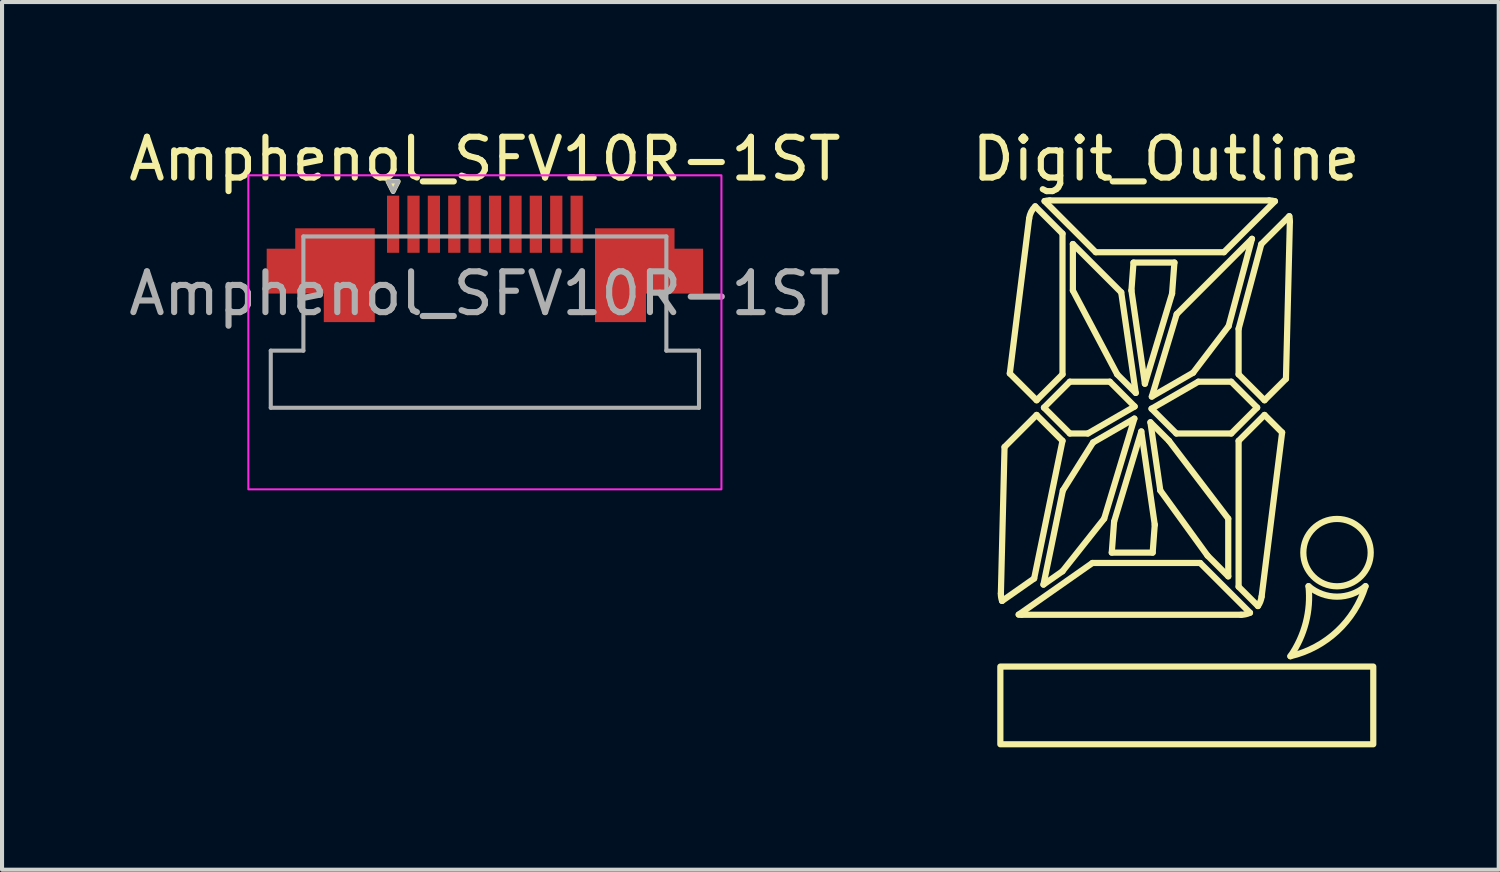
<source format=kicad_pcb>
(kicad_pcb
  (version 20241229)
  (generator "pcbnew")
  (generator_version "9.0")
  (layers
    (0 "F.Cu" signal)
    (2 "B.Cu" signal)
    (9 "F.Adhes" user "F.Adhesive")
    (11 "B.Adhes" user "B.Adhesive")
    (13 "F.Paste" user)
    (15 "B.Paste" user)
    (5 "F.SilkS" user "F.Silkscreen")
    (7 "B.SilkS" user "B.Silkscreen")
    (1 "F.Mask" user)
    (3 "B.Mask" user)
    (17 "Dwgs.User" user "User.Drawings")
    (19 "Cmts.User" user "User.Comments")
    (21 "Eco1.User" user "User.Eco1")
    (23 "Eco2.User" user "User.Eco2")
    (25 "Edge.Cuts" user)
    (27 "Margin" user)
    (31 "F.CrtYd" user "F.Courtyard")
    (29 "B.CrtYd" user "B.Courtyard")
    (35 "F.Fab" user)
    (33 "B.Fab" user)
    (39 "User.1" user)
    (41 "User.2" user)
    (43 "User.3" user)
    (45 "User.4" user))
  (footprint "Amphenol_SFV10R-1ST"
    (layer "F.Cu")
    (at 8.839 4.148)
    (property "Reference" "Amphenol_SFV10R-1ST" (at 0 -3.3 0) (unlocked yes) (layer "F.SilkS") (effects (font (size 1 1) (thickness 0.15))))
    (attr smd)
    (fp_poly (pts (xy -2.25 -2.5) (xy -2.375 -2.75) (xy -2.125 -2.75)) (stroke (width 0.12) (type solid)) (fill yes) (layer "F.SilkS"))
    (fp_rect (start -5.8 -2.9) (end 5.8 4.8) (stroke (width 0.05) (type solid)) (fill no) (layer "F.CrtYd"))
    (fp_line (start -5.25 1.4) (end -4.45 1.4) (stroke (width 0.1) (type solid)) (layer "F.Fab"))
    (fp_line (start -5.25 2.8) (end -5.25 1.4) (stroke (width 0.1) (type solid)) (layer "F.Fab"))
    (fp_line (start -4.45 -1.4) (end 4.45 -1.4) (stroke (width 0.1) (type solid)) (layer "F.Fab"))
    (fp_line (start -4.45 1.4) (end -4.45 -1.4) (stroke (width 0.1) (type solid)) (layer "F.Fab"))
    (fp_line (start 4.45 -1.4) (end 4.45 1.4) (stroke (width 0.1) (type solid)) (layer "F.Fab"))
    (fp_line (start 4.45 1.4) (end 5.25 1.4) (stroke (width 0.1) (type solid)) (layer "F.Fab"))
    (fp_line (start 5.25 1.4) (end 5.25 2.8) (stroke (width 0.1) (type solid)) (layer "F.Fab"))
    (fp_line (start 5.25 2.8) (end -5.25 2.8) (stroke (width 0.1) (type solid)) (layer "F.Fab"))
    (fp_poly (pts (xy -2.25 -2.5) (xy -2.375 -2.75) (xy -2.125 -2.75)) (stroke (width 0.1) (type solid)) (fill no) (layer "F.Fab"))
    (fp_text user "${REFERENCE}" (at 0 0 0) (unlocked yes) (layer "F.Fab") (effects (font (size 1 1) (thickness 0.15))))
    (pad "1" smd rect (at -2.25 -1.7) (size 0.3 1.4) (layers "F.Cu" "F.Mask" "F.Paste"))
    (pad "2" smd rect (at -1.75 -1.7) (size 0.3 1.4) (layers "F.Cu" "F.Mask" "F.Paste"))
    (pad "3" smd rect (at -1.25 -1.7) (size 0.3 1.4) (layers "F.Cu" "F.Mask" "F.Paste"))
    (pad "4" smd rect (at -0.75 -1.7) (size 0.3 1.4) (layers "F.Cu" "F.Mask" "F.Paste"))
    (pad "5" smd rect (at -0.25 -1.7) (size 0.3 1.4) (layers "F.Cu" "F.Mask" "F.Paste"))
    (pad "6" smd rect (at 0.25 -1.7) (size 0.3 1.4) (layers "F.Cu" "F.Mask" "F.Paste"))
    (pad "7" smd rect (at 0.75 -1.7) (size 0.3 1.4) (layers "F.Cu" "F.Mask" "F.Paste"))
    (pad "8" smd rect (at 1.25 -1.7) (size 0.3 1.4) (layers "F.Cu" "F.Mask" "F.Paste"))
    (pad "9" smd rect (at 1.75 -1.7) (size 0.3 1.4) (layers "F.Cu" "F.Mask" "F.Paste"))
    (pad "10" smd rect (at 2.25 -1.7) (size 0.3 1.4) (layers "F.Cu" "F.Mask" "F.Paste"))
    (pad "MP" smd custom (at -3.675 -0.8) (size 1.95 1.6) (layers "F.Cu" "F.Mask" "F.Paste") (options (anchor rect)) (primitives (gr_poly (pts (xy 0.975 -0.8) (xy 0.975 1.5) (xy -0.275 1.5) (xy -0.275 0.8) (xy -1.675 0.8) (xy -1.675 -0.3) (xy -0.975 -0.3) (xy -0.975 -0.8)) (width 0) (fill yes))))
    (pad "MP" smd custom (at 3.675 -0.8) (size 1.95 1.6) (layers "F.Cu" "F.Mask" "F.Paste") (options (anchor rect)) (primitives (gr_poly (pts (xy -0.975 -0.8) (xy -0.975 1.5) (xy 0.275 1.5) (xy 0.275 0.8) (xy 1.675 0.8) (xy 1.675 -0.3) (xy 0.975 -0.3) (xy 0.975 -0.8)) (width 0) (fill yes)))))
  (footprint "Digit_Outline"
    (layer "F.Cu")
    (at 21.478 12.024)
    (property "Reference" "Digit_Outline" (at 4.064 -11.176 0) (layer "F.SilkS") (effects (font (size 1 1) (thickness 0.15))))
    (attr smd)
    (fp_line (start 0.103 -4.114) (end 0.013 -0.521) (stroke (width 0.152) (type solid)) (layer "F.SilkS"))
    (fp_line (start 0.103 -4.114) (end 0.889 -4.9) (stroke (width 0.152) (type solid)) (layer "F.SilkS"))
    (fp_line (start 0.232 -5.917) (end 0.889 -5.26) (stroke (width 0.152) (type solid)) (layer "F.SilkS"))
    (fp_line (start 0.45 -0.005) (end 2.257 -1.27) (stroke (width 0.152) (type solid)) (layer "F.SilkS"))
    (fp_line (start 0.521 0) (end 5.902 0) (stroke (width 0.152) (type solid)) (layer "F.SilkS"))
    (fp_line (start 0.706 -9.715) (end 0.232 -5.917) (stroke (width 0.152) (type solid)) (layer "F.SilkS"))
    (fp_line (start 0.829 -0.89) (end 0.042 -0.339) (stroke (width 0.152) (type solid)) (layer "F.SilkS"))
    (fp_line (start 0.889 -5.26) (end 1.524 -5.895) (stroke (width 0.152) (type solid)) (layer "F.SilkS"))
    (fp_line (start 0.889 -4.9) (end 1.524 -4.265) (stroke (width 0.152) (type solid)) (layer "F.SilkS"))
    (fp_line (start 1.057 -0.74) (end 1.524 -1.067) (stroke (width 0.152) (type solid)) (layer "F.SilkS"))
    (fp_line (start 1.057 -0.74) (end 1.533 -3.048) (stroke (width 0.152) (type solid)) (layer "F.SilkS"))
    (fp_line (start 1.069 -5.08) (end 1.704 -4.445) (stroke (width 0.152) (type solid)) (layer "F.SilkS"))
    (fp_line (start 1.084 -10.144) (end 2.339 -8.89) (stroke (width 0.152) (type solid)) (layer "F.SilkS"))
    (fp_line (start 1.21 -10.16) (end 6.591 -10.16) (stroke (width 0.152) (type solid)) (layer "F.SilkS"))
    (fp_line (start 1.524 -9.345) (end 0.855 -10.015) (stroke (width 0.152) (type solid)) (layer "F.SilkS"))
    (fp_line (start 1.524 -5.895) (end 1.524 -9.345) (stroke (width 0.152) (type solid)) (layer "F.SilkS"))
    (fp_line (start 1.524 -4.265) (end 0.829 -0.89) (stroke (width 0.152) (type solid)) (layer "F.SilkS"))
    (fp_line (start 1.524 -1.067) (end 2.546 -2.357) (stroke (width 0.152) (type solid)) (layer "F.SilkS"))
    (fp_line (start 1.533 -3.048) (end 2.273 -4.225) (stroke (width 0.152) (type solid)) (layer "F.SilkS"))
    (fp_line (start 1.704 -5.715) (end 1.069 -5.08) (stroke (width 0.152) (type solid)) (layer "F.SilkS"))
    (fp_line (start 1.704 -4.445) (end 2.146 -4.445) (stroke (width 0.152) (type solid)) (layer "F.SilkS"))
    (fp_line (start 1.778 -9.091) (end 1.778 -7.952) (stroke (width 0.152) (type solid)) (layer "F.SilkS"))
    (fp_line (start 1.778 -7.952) (end 2.865 -5.895) (stroke (width 0.152) (type solid)) (layer "F.SilkS"))
    (fp_line (start 2.146 -4.445) (end 3.293 -5.107) (stroke (width 0.152) (type solid)) (layer "F.SilkS"))
    (fp_line (start 2.257 -1.27) (end 4.9 -1.27) (stroke (width 0.152) (type solid)) (layer "F.SilkS"))
    (fp_line (start 2.273 -4.225) (end 3.286 -4.81) (stroke (width 0.152) (type solid)) (layer "F.SilkS"))
    (fp_line (start 2.339 -8.89) (end 5.483 -8.89) (stroke (width 0.152) (type solid)) (layer "F.SilkS"))
    (fp_line (start 2.685 -5.715) (end 1.704 -5.715) (stroke (width 0.152) (type solid)) (layer "F.SilkS"))
    (fp_line (start 2.732 -1.524) (end 2.789 -2.283) (stroke (width 0.152) (type solid)) (layer "F.SilkS"))
    (fp_line (start 2.789 -2.283) (end 3.456 -4.495) (stroke (width 0.152) (type solid)) (layer "F.SilkS"))
    (fp_line (start 2.865 -5.895) (end 3.32 -5.44) (stroke (width 0.152) (type solid)) (layer "F.SilkS"))
    (fp_line (start 2.964 -7.905) (end 1.778 -9.091) (stroke (width 0.152) (type solid)) (layer "F.SilkS"))
    (fp_line (start 3.214 -7.952) (end 3.265 -8.636) (stroke (width 0.152) (type solid)) (layer "F.SilkS"))
    (fp_line (start 3.265 -8.636) (end 4.268 -8.636) (stroke (width 0.152) (type solid)) (layer "F.SilkS"))
    (fp_line (start 3.286 -4.81) (end 2.546 -2.357) (stroke (width 0.152) (type solid)) (layer "F.SilkS"))
    (fp_line (start 3.293 -5.107) (end 2.685 -5.715) (stroke (width 0.152) (type solid)) (layer "F.SilkS"))
    (fp_line (start 3.32 -5.44) (end 2.964 -7.905) (stroke (width 0.152) (type solid)) (layer "F.SilkS"))
    (fp_line (start 3.456 -4.495) (end 3.786 -2.208) (stroke (width 0.152) (type solid)) (layer "F.SilkS"))
    (fp_line (start 3.544 -5.665) (end 3.214 -7.952) (stroke (width 0.152) (type solid)) (layer "F.SilkS"))
    (fp_line (start 3.68 -4.72) (end 4.135 -4.265) (stroke (width 0.152) (type solid)) (layer "F.SilkS"))
    (fp_line (start 3.707 -5.053) (end 4.854 -5.715) (stroke (width 0.152) (type solid)) (layer "F.SilkS"))
    (fp_line (start 3.714 -5.35) (end 4.324 -7.372) (stroke (width 0.152) (type solid)) (layer "F.SilkS"))
    (fp_line (start 3.714 -5.35) (end 4.727 -5.935) (stroke (width 0.152) (type solid)) (layer "F.SilkS"))
    (fp_line (start 3.735 -1.524) (end 2.732 -1.524) (stroke (width 0.152) (type solid)) (layer "F.SilkS"))
    (fp_line (start 3.786 -2.208) (end 3.735 -1.524) (stroke (width 0.152) (type solid)) (layer "F.SilkS"))
    (fp_line (start 3.922 -3.048) (end 3.68 -4.72) (stroke (width 0.152) (type solid)) (layer "F.SilkS"))
    (fp_line (start 3.922 -3.048) (end 5.08 -1.45) (stroke (width 0.152) (type solid)) (layer "F.SilkS"))
    (fp_line (start 4.135 -4.265) (end 5.588 -2.357) (stroke (width 0.152) (type solid)) (layer "F.SilkS"))
    (fp_line (start 4.211 -7.877) (end 3.544 -5.665) (stroke (width 0.152) (type solid)) (layer "F.SilkS"))
    (fp_line (start 4.268 -8.636) (end 4.211 -7.877) (stroke (width 0.152) (type solid)) (layer "F.SilkS"))
    (fp_line (start 4.315 -4.445) (end 3.707 -5.053) (stroke (width 0.152) (type solid)) (layer "F.SilkS"))
    (fp_line (start 4.727 -5.935) (end 5.597 -7.077) (stroke (width 0.152) (type solid)) (layer "F.SilkS"))
    (fp_line (start 4.854 -5.715) (end 5.662 -5.715) (stroke (width 0.152) (type solid)) (layer "F.SilkS"))
    (fp_line (start 4.9 -1.27) (end 6.121 -0.05) (stroke (width 0.152) (type solid)) (layer "F.SilkS"))
    (fp_line (start 5.08 -1.45) (end 5.588 -0.942) (stroke (width 0.152) (type solid)) (layer "F.SilkS"))
    (fp_line (start 5.483 -8.89) (end 6.733 -10.14) (stroke (width 0.152) (type solid)) (layer "F.SilkS"))
    (fp_line (start 5.588 -2.357) (end 5.588 -0.942) (stroke (width 0.152) (type solid)) (layer "F.SilkS"))
    (fp_line (start 5.597 -7.077) (end 6.17 -9.218) (stroke (width 0.152) (type solid)) (layer "F.SilkS"))
    (fp_line (start 5.662 -5.715) (end 6.297 -5.08) (stroke (width 0.152) (type solid)) (layer "F.SilkS"))
    (fp_line (start 5.662 -4.445) (end 4.315 -4.445) (stroke (width 0.152) (type solid)) (layer "F.SilkS"))
    (fp_line (start 5.842 -7.011) (end 5.842 -5.895) (stroke (width 0.152) (type solid)) (layer "F.SilkS"))
    (fp_line (start 5.842 -5.895) (end 6.477 -5.26) (stroke (width 0.152) (type solid)) (layer "F.SilkS"))
    (fp_line (start 5.842 -4.265) (end 6.477 -4.9) (stroke (width 0.152) (type solid)) (layer "F.SilkS"))
    (fp_line (start 5.842 -0.688) (end 5.842 -4.265) (stroke (width 0.152) (type solid)) (layer "F.SilkS"))
    (fp_line (start 6.17 -9.218) (end 4.324 -7.372) (stroke (width 0.152) (type solid)) (layer "F.SilkS"))
    (fp_line (start 6.297 -5.08) (end 5.662 -4.445) (stroke (width 0.152) (type solid)) (layer "F.SilkS"))
    (fp_line (start 6.316 -0.214) (end 5.842 -0.688) (stroke (width 0.152) (type solid)) (layer "F.SilkS"))
    (fp_line (start 6.398 -9.087) (end 5.842 -7.011) (stroke (width 0.152) (type solid)) (layer "F.SilkS"))
    (fp_line (start 6.477 -5.26) (end 7.003 -5.785) (stroke (width 0.152) (type solid)) (layer "F.SilkS"))
    (fp_line (start 6.477 -4.9) (end 6.909 -4.469) (stroke (width 0.152) (type solid)) (layer "F.SilkS"))
    (fp_line (start 6.909 -4.469) (end 6.406 -0.445) (stroke (width 0.152) (type solid)) (layer "F.SilkS"))
    (fp_line (start 7.003 -5.785) (end 7.099 -9.639) (stroke (width 0.152) (type solid)) (layer "F.SilkS"))
    (fp_line (start 7.084 -9.773) (end 6.398 -9.087) (stroke (width 0.152) (type solid)) (layer "F.SilkS"))
    (fp_rect (start 0 1.27) (end 9.144 3.175) (stroke (width 0.152) (type solid)) (fill no) (layer "F.SilkS"))
    (fp_arc (start 0.041697 -0.339273) (mid 0.019089 -0.428678) (end 0.013017 -0.520696) (stroke (width 0.1524) (type solid)) (layer "F.SilkS"))
    (fp_arc (start 0.520859 0) (mid 0.485312 -0.001245) (end 0.44994 -0.004975) (stroke (width 0.1524) (type solid)) (layer "F.SilkS"))
    (fp_arc (start 0.706377 -9.71501) (mid 0.755194 -9.877392) (end 0.854731 -10.014664) (stroke (width 0.1524) (type solid)) (layer "F.SilkS"))
    (fp_arc (start 1.084473 -10.144131) (mid 1.146965 -10.156017) (end 1.210453 -10.16) (stroke (width 0.1524) (type solid)) (layer "F.SilkS"))
    (fp_arc (start 6.120695 -0.049701) (mid 6.013904 -0.012581) (end 5.901547 0) (stroke (width 0.1524) (type solid)) (layer "F.SilkS"))
    (fp_arc (start 6.405624 -0.44499) (mid 6.374999 -0.323861) (end 6.315735 -0.21387) (stroke (width 0.1524) (type solid)) (layer "F.SilkS"))
    (fp_arc (start 6.591141 -10.16) (mid 6.662619 -10.154946) (end 6.732675 -10.139885) (stroke (width 0.1524) (type solid)) (layer "F.SilkS"))
    (fp_arc (start 7.08446 -9.773249) (mid 7.096182 -9.70676) (end 7.098983 -9.639304) (stroke (width 0.1524) (type solid)) (layer "F.SilkS"))
    (fp_arc (start 7.5565 -0.700946) (mid 7.488975 0.197584) (end 7.112 1.016) (stroke (width 0.1524) (type solid)) (layer "F.SilkS"))
    (fp_arc (start 8.9535 -0.700946) (mid 8.260455 0.40175) (end 7.112 1.016) (stroke (width 0.1524) (type solid)) (layer "F.SilkS"))
    (fp_arc (start 8.9535 -0.700946) (mid 8.255 -0.4445) (end 7.5565 -0.700946) (stroke (width 0.1524) (type solid)) (layer "F.SilkS"))
    (fp_circle (center 8.255 -1.524) (end 7.429 -1.524) (stroke (width 0.152) (type solid)) (fill no) (layer "F.SilkS")))
  (gr_rect
    (start -3 -3)
    (end 33.698 18.275)
    (stroke (width 0.1) (type default))
    (fill no)
    (layer "Edge.Cuts")))
</source>
